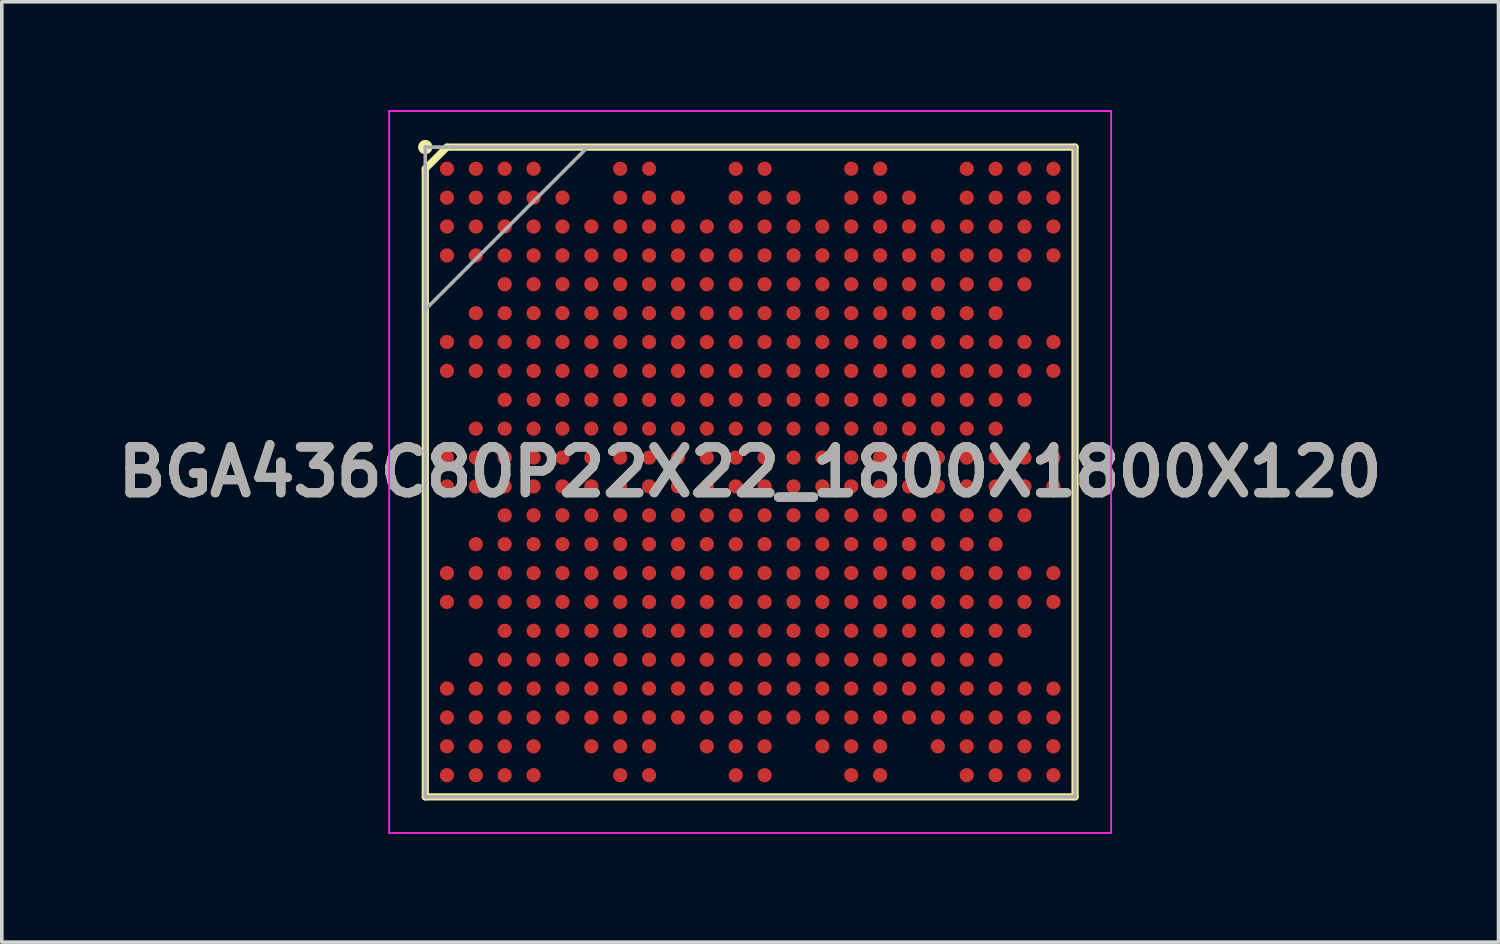
<source format=kicad_pcb>
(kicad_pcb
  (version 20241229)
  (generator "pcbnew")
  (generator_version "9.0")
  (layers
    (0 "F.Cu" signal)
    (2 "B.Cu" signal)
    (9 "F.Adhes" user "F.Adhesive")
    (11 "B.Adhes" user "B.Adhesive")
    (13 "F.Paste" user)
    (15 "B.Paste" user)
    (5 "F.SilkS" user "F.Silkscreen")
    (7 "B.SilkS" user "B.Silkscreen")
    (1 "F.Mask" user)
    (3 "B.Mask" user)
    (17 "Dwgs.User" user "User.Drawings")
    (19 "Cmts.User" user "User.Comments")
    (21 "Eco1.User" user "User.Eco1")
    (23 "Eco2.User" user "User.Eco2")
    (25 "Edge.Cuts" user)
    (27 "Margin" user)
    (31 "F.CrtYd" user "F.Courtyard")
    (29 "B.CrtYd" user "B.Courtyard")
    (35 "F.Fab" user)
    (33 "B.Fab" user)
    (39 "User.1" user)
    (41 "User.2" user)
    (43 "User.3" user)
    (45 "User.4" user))
  (footprint "BGA436C80P22X22_1800X1800X120"
    (layer "F.Cu")
    (at 17.732 10.025)
    (property "Reference" "BGA436C80P22X22_1800X1800X120" (at 0 0 0) (layer "F.SilkS") (effects (font (size 1.27 1.27) (thickness 0.254))))
    (attr smd)
    (fp_line (start -9 -8.4) (end -8.4 -9) (stroke (width 0.2) (type solid)) (layer "F.SilkS"))
    (fp_line (start -9 9) (end -9 -8.4) (stroke (width 0.2) (type solid)) (layer "F.SilkS"))
    (fp_line (start -8.4 -9) (end 9 -9) (stroke (width 0.2) (type solid)) (layer "F.SilkS"))
    (fp_line (start 9 -9) (end 9 9) (stroke (width 0.2) (type solid)) (layer "F.SilkS"))
    (fp_line (start 9 9) (end -9 9) (stroke (width 0.2) (type solid)) (layer "F.SilkS"))
    (fp_circle (center -9 -9) (end -9 -8.9) (stroke (width 0.2) (type solid)) (fill no) (layer "F.SilkS"))
    (fp_line (start -10 -10) (end 10 -10) (stroke (width 0.05) (type solid)) (layer "F.CrtYd"))
    (fp_line (start -10 10) (end -10 -10) (stroke (width 0.05) (type solid)) (layer "F.CrtYd"))
    (fp_line (start 10 -10) (end 10 10) (stroke (width 0.05) (type solid)) (layer "F.CrtYd"))
    (fp_line (start 10 10) (end -10 10) (stroke (width 0.05) (type solid)) (layer "F.CrtYd"))
    (fp_line (start -9 -9) (end 9 -9) (stroke (width 0.1) (type solid)) (layer "F.Fab"))
    (fp_line (start -9 -4.5) (end -4.5 -9) (stroke (width 0.1) (type solid)) (layer "F.Fab"))
    (fp_line (start -9 9) (end -9 -9) (stroke (width 0.1) (type solid)) (layer "F.Fab"))
    (fp_line (start 9 -9) (end 9 9) (stroke (width 0.1) (type solid)) (layer "F.Fab"))
    (fp_line (start 9 9) (end -9 9) (stroke (width 0.1) (type solid)) (layer "F.Fab"))
    (fp_text user "${REFERENCE}" (at 0 0 0) (layer "F.Fab") (effects (font (size 1.27 1.27) (thickness 0.254))))
    (pad "A1" smd circle (at -8.4 -8.4 90) (size 0.394 0.394) (layers "F.Cu" "F.Mask" "F.Paste"))
    (pad "A2" smd circle (at -7.6 -8.4 90) (size 0.394 0.394) (layers "F.Cu" "F.Mask" "F.Paste"))
    (pad "A3" smd circle (at -6.8 -8.4 90) (size 0.394 0.394) (layers "F.Cu" "F.Mask" "F.Paste"))
    (pad "A4" smd circle (at -6 -8.4 90) (size 0.394 0.394) (layers "F.Cu" "F.Mask" "F.Paste"))
    (pad "A7" smd circle (at -3.6 -8.4 90) (size 0.394 0.394) (layers "F.Cu" "F.Mask" "F.Paste"))
    (pad "A8" smd circle (at -2.8 -8.4 90) (size 0.394 0.394) (layers "F.Cu" "F.Mask" "F.Paste"))
    (pad "A11" smd circle (at -0.4 -8.4 90) (size 0.394 0.394) (layers "F.Cu" "F.Mask" "F.Paste"))
    (pad "A12" smd circle (at 0.4 -8.4 90) (size 0.394 0.394) (layers "F.Cu" "F.Mask" "F.Paste"))
    (pad "A15" smd circle (at 2.8 -8.4 90) (size 0.394 0.394) (layers "F.Cu" "F.Mask" "F.Paste"))
    (pad "A16" smd circle (at 3.6 -8.4 90) (size 0.394 0.394) (layers "F.Cu" "F.Mask" "F.Paste"))
    (pad "A19" smd circle (at 6 -8.4 90) (size 0.394 0.394) (layers "F.Cu" "F.Mask" "F.Paste"))
    (pad "A20" smd circle (at 6.8 -8.4 90) (size 0.394 0.394) (layers "F.Cu" "F.Mask" "F.Paste"))
    (pad "A21" smd circle (at 7.6 -8.4 90) (size 0.394 0.394) (layers "F.Cu" "F.Mask" "F.Paste"))
    (pad "A22" smd circle (at 8.4 -8.4 90) (size 0.394 0.394) (layers "F.Cu" "F.Mask" "F.Paste"))
    (pad "AA1" smd circle (at -8.4 7.6 90) (size 0.394 0.394) (layers "F.Cu" "F.Mask" "F.Paste"))
    (pad "AA2" smd circle (at -7.6 7.6 90) (size 0.394 0.394) (layers "F.Cu" "F.Mask" "F.Paste"))
    (pad "AA3" smd circle (at -6.8 7.6 90) (size 0.394 0.394) (layers "F.Cu" "F.Mask" "F.Paste"))
    (pad "AA4" smd circle (at -6 7.6 90) (size 0.394 0.394) (layers "F.Cu" "F.Mask" "F.Paste"))
    (pad "AA6" smd circle (at -4.4 7.6 90) (size 0.394 0.394) (layers "F.Cu" "F.Mask" "F.Paste"))
    (pad "AA7" smd circle (at -3.6 7.6 90) (size 0.394 0.394) (layers "F.Cu" "F.Mask" "F.Paste"))
    (pad "AA8" smd circle (at -2.8 7.6 90) (size 0.394 0.394) (layers "F.Cu" "F.Mask" "F.Paste"))
    (pad "AA10" smd circle (at -1.2 7.6 90) (size 0.394 0.394) (layers "F.Cu" "F.Mask" "F.Paste"))
    (pad "AA11" smd circle (at -0.4 7.6 90) (size 0.394 0.394) (layers "F.Cu" "F.Mask" "F.Paste"))
    (pad "AA12" smd circle (at 0.4 7.6 90) (size 0.394 0.394) (layers "F.Cu" "F.Mask" "F.Paste"))
    (pad "AA14" smd circle (at 2 7.6 90) (size 0.394 0.394) (layers "F.Cu" "F.Mask" "F.Paste"))
    (pad "AA15" smd circle (at 2.8 7.6 90) (size 0.394 0.394) (layers "F.Cu" "F.Mask" "F.Paste"))
    (pad "AA16" smd circle (at 3.6 7.6 90) (size 0.394 0.394) (layers "F.Cu" "F.Mask" "F.Paste"))
    (pad "AA18" smd circle (at 5.2 7.6 90) (size 0.394 0.394) (layers "F.Cu" "F.Mask" "F.Paste"))
    (pad "AA19" smd circle (at 6 7.6 90) (size 0.394 0.394) (layers "F.Cu" "F.Mask" "F.Paste"))
    (pad "AA20" smd circle (at 6.8 7.6 90) (size 0.394 0.394) (layers "F.Cu" "F.Mask" "F.Paste"))
    (pad "AA21" smd circle (at 7.6 7.6 90) (size 0.394 0.394) (layers "F.Cu" "F.Mask" "F.Paste"))
    (pad "AA22" smd circle (at 8.4 7.6 90) (size 0.394 0.394) (layers "F.Cu" "F.Mask" "F.Paste"))
    (pad "AB1" smd circle (at -8.4 8.4 90) (size 0.394 0.394) (layers "F.Cu" "F.Mask" "F.Paste"))
    (pad "AB2" smd circle (at -7.6 8.4 90) (size 0.394 0.394) (layers "F.Cu" "F.Mask" "F.Paste"))
    (pad "AB3" smd circle (at -6.8 8.4 90) (size 0.394 0.394) (layers "F.Cu" "F.Mask" "F.Paste"))
    (pad "AB4" smd circle (at -6 8.4 90) (size 0.394 0.394) (layers "F.Cu" "F.Mask" "F.Paste"))
    (pad "AB7" smd circle (at -3.6 8.4 90) (size 0.394 0.394) (layers "F.Cu" "F.Mask" "F.Paste"))
    (pad "AB8" smd circle (at -2.8 8.4 90) (size 0.394 0.394) (layers "F.Cu" "F.Mask" "F.Paste"))
    (pad "AB11" smd circle (at -0.4 8.4 90) (size 0.394 0.394) (layers "F.Cu" "F.Mask" "F.Paste"))
    (pad "AB12" smd circle (at 0.4 8.4 90) (size 0.394 0.394) (layers "F.Cu" "F.Mask" "F.Paste"))
    (pad "AB15" smd circle (at 2.8 8.4 90) (size 0.394 0.394) (layers "F.Cu" "F.Mask" "F.Paste"))
    (pad "AB16" smd circle (at 3.6 8.4 90) (size 0.394 0.394) (layers "F.Cu" "F.Mask" "F.Paste"))
    (pad "AB19" smd circle (at 6 8.4 90) (size 0.394 0.394) (layers "F.Cu" "F.Mask" "F.Paste"))
    (pad "AB20" smd circle (at 6.8 8.4 90) (size 0.394 0.394) (layers "F.Cu" "F.Mask" "F.Paste"))
    (pad "AB21" smd circle (at 7.6 8.4 90) (size 0.394 0.394) (layers "F.Cu" "F.Mask" "F.Paste"))
    (pad "AB22" smd circle (at 8.4 8.4 90) (size 0.394 0.394) (layers "F.Cu" "F.Mask" "F.Paste"))
    (pad "B1" smd circle (at -8.4 -7.6 90) (size 0.394 0.394) (layers "F.Cu" "F.Mask" "F.Paste"))
    (pad "B2" smd circle (at -7.6 -7.6 90) (size 0.394 0.394) (layers "F.Cu" "F.Mask" "F.Paste"))
    (pad "B3" smd circle (at -6.8 -7.6 90) (size 0.394 0.394) (layers "F.Cu" "F.Mask" "F.Paste"))
    (pad "B4" smd circle (at -6 -7.6 90) (size 0.394 0.394) (layers "F.Cu" "F.Mask" "F.Paste"))
    (pad "B5" smd circle (at -5.2 -7.6 90) (size 0.394 0.394) (layers "F.Cu" "F.Mask" "F.Paste"))
    (pad "B7" smd circle (at -3.6 -7.6 90) (size 0.394 0.394) (layers "F.Cu" "F.Mask" "F.Paste"))
    (pad "B8" smd circle (at -2.8 -7.6 90) (size 0.394 0.394) (layers "F.Cu" "F.Mask" "F.Paste"))
    (pad "B9" smd circle (at -2 -7.6 90) (size 0.394 0.394) (layers "F.Cu" "F.Mask" "F.Paste"))
    (pad "B11" smd circle (at -0.4 -7.6 90) (size 0.394 0.394) (layers "F.Cu" "F.Mask" "F.Paste"))
    (pad "B12" smd circle (at 0.4 -7.6 90) (size 0.394 0.394) (layers "F.Cu" "F.Mask" "F.Paste"))
    (pad "B13" smd circle (at 1.2 -7.6 90) (size 0.394 0.394) (layers "F.Cu" "F.Mask" "F.Paste"))
    (pad "B15" smd circle (at 2.8 -7.6 90) (size 0.394 0.394) (layers "F.Cu" "F.Mask" "F.Paste"))
    (pad "B16" smd circle (at 3.6 -7.6 90) (size 0.394 0.394) (layers "F.Cu" "F.Mask" "F.Paste"))
    (pad "B17" smd circle (at 4.4 -7.6 90) (size 0.394 0.394) (layers "F.Cu" "F.Mask" "F.Paste"))
    (pad "B19" smd circle (at 6 -7.6 90) (size 0.394 0.394) (layers "F.Cu" "F.Mask" "F.Paste"))
    (pad "B20" smd circle (at 6.8 -7.6 90) (size 0.394 0.394) (layers "F.Cu" "F.Mask" "F.Paste"))
    (pad "B21" smd circle (at 7.6 -7.6 90) (size 0.394 0.394) (layers "F.Cu" "F.Mask" "F.Paste"))
    (pad "B22" smd circle (at 8.4 -7.6 90) (size 0.394 0.394) (layers "F.Cu" "F.Mask" "F.Paste"))
    (pad "C1" smd circle (at -8.4 -6.8 90) (size 0.394 0.394) (layers "F.Cu" "F.Mask" "F.Paste"))
    (pad "C2" smd circle (at -7.6 -6.8 90) (size 0.394 0.394) (layers "F.Cu" "F.Mask" "F.Paste"))
    (pad "C3" smd circle (at -6.8 -6.8 90) (size 0.394 0.394) (layers "F.Cu" "F.Mask" "F.Paste"))
    (pad "C4" smd circle (at -6 -6.8 90) (size 0.394 0.394) (layers "F.Cu" "F.Mask" "F.Paste"))
    (pad "C5" smd circle (at -5.2 -6.8 90) (size 0.394 0.394) (layers "F.Cu" "F.Mask" "F.Paste"))
    (pad "C6" smd circle (at -4.4 -6.8 90) (size 0.394 0.394) (layers "F.Cu" "F.Mask" "F.Paste"))
    (pad "C7" smd circle (at -3.6 -6.8 90) (size 0.394 0.394) (layers "F.Cu" "F.Mask" "F.Paste"))
    (pad "C8" smd circle (at -2.8 -6.8 90) (size 0.394 0.394) (layers "F.Cu" "F.Mask" "F.Paste"))
    (pad "C9" smd circle (at -2 -6.8 90) (size 0.394 0.394) (layers "F.Cu" "F.Mask" "F.Paste"))
    (pad "C10" smd circle (at -1.2 -6.8 90) (size 0.394 0.394) (layers "F.Cu" "F.Mask" "F.Paste"))
    (pad "C11" smd circle (at -0.4 -6.8 90) (size 0.394 0.394) (layers "F.Cu" "F.Mask" "F.Paste"))
    (pad "C12" smd circle (at 0.4 -6.8 90) (size 0.394 0.394) (layers "F.Cu" "F.Mask" "F.Paste"))
    (pad "C13" smd circle (at 1.2 -6.8 90) (size 0.394 0.394) (layers "F.Cu" "F.Mask" "F.Paste"))
    (pad "C14" smd circle (at 2 -6.8 90) (size 0.394 0.394) (layers "F.Cu" "F.Mask" "F.Paste"))
    (pad "C15" smd circle (at 2.8 -6.8 90) (size 0.394 0.394) (layers "F.Cu" "F.Mask" "F.Paste"))
    (pad "C16" smd circle (at 3.6 -6.8 90) (size 0.394 0.394) (layers "F.Cu" "F.Mask" "F.Paste"))
    (pad "C17" smd circle (at 4.4 -6.8 90) (size 0.394 0.394) (layers "F.Cu" "F.Mask" "F.Paste"))
    (pad "C18" smd circle (at 5.2 -6.8 90) (size 0.394 0.394) (layers "F.Cu" "F.Mask" "F.Paste"))
    (pad "C19" smd circle (at 6 -6.8 90) (size 0.394 0.394) (layers "F.Cu" "F.Mask" "F.Paste"))
    (pad "C20" smd circle (at 6.8 -6.8 90) (size 0.394 0.394) (layers "F.Cu" "F.Mask" "F.Paste"))
    (pad "C21" smd circle (at 7.6 -6.8 90) (size 0.394 0.394) (layers "F.Cu" "F.Mask" "F.Paste"))
    (pad "C22" smd circle (at 8.4 -6.8 90) (size 0.394 0.394) (layers "F.Cu" "F.Mask" "F.Paste"))
    (pad "D1" smd circle (at -8.4 -6 90) (size 0.394 0.394) (layers "F.Cu" "F.Mask" "F.Paste"))
    (pad "D2" smd circle (at -7.6 -6 90) (size 0.394 0.394) (layers "F.Cu" "F.Mask" "F.Paste"))
    (pad "D3" smd circle (at -6.8 -6 90) (size 0.394 0.394) (layers "F.Cu" "F.Mask" "F.Paste"))
    (pad "D4" smd circle (at -6 -6 90) (size 0.394 0.394) (layers "F.Cu" "F.Mask" "F.Paste"))
    (pad "D5" smd circle (at -5.2 -6 90) (size 0.394 0.394) (layers "F.Cu" "F.Mask" "F.Paste"))
    (pad "D6" smd circle (at -4.4 -6 90) (size 0.394 0.394) (layers "F.Cu" "F.Mask" "F.Paste"))
    (pad "D7" smd circle (at -3.6 -6 90) (size 0.394 0.394) (layers "F.Cu" "F.Mask" "F.Paste"))
    (pad "D8" smd circle (at -2.8 -6 90) (size 0.394 0.394) (layers "F.Cu" "F.Mask" "F.Paste"))
    (pad "D9" smd circle (at -2 -6 90) (size 0.394 0.394) (layers "F.Cu" "F.Mask" "F.Paste"))
    (pad "D10" smd circle (at -1.2 -6 90) (size 0.394 0.394) (layers "F.Cu" "F.Mask" "F.Paste"))
    (pad "D11" smd circle (at -0.4 -6 90) (size 0.394 0.394) (layers "F.Cu" "F.Mask" "F.Paste"))
    (pad "D12" smd circle (at 0.4 -6 90) (size 0.394 0.394) (layers "F.Cu" "F.Mask" "F.Paste"))
    (pad "D13" smd circle (at 1.2 -6 90) (size 0.394 0.394) (layers "F.Cu" "F.Mask" "F.Paste"))
    (pad "D14" smd circle (at 2 -6 90) (size 0.394 0.394) (layers "F.Cu" "F.Mask" "F.Paste"))
    (pad "D15" smd circle (at 2.8 -6 90) (size 0.394 0.394) (layers "F.Cu" "F.Mask" "F.Paste"))
    (pad "D16" smd circle (at 3.6 -6 90) (size 0.394 0.394) (layers "F.Cu" "F.Mask" "F.Paste"))
    (pad "D17" smd circle (at 4.4 -6 90) (size 0.394 0.394) (layers "F.Cu" "F.Mask" "F.Paste"))
    (pad "D18" smd circle (at 5.2 -6 90) (size 0.394 0.394) (layers "F.Cu" "F.Mask" "F.Paste"))
    (pad "D19" smd circle (at 6 -6 90) (size 0.394 0.394) (layers "F.Cu" "F.Mask" "F.Paste"))
    (pad "D20" smd circle (at 6.8 -6 90) (size 0.394 0.394) (layers "F.Cu" "F.Mask" "F.Paste"))
    (pad "D21" smd circle (at 7.6 -6 90) (size 0.394 0.394) (layers "F.Cu" "F.Mask" "F.Paste"))
    (pad "D22" smd circle (at 8.4 -6 90) (size 0.394 0.394) (layers "F.Cu" "F.Mask" "F.Paste"))
    (pad "E3" smd circle (at -6.8 -5.2 90) (size 0.394 0.394) (layers "F.Cu" "F.Mask" "F.Paste"))
    (pad "E4" smd circle (at -6 -5.2 90) (size 0.394 0.394) (layers "F.Cu" "F.Mask" "F.Paste"))
    (pad "E5" smd circle (at -5.2 -5.2 90) (size 0.394 0.394) (layers "F.Cu" "F.Mask" "F.Paste"))
    (pad "E6" smd circle (at -4.4 -5.2 90) (size 0.394 0.394) (layers "F.Cu" "F.Mask" "F.Paste"))
    (pad "E7" smd circle (at -3.6 -5.2 90) (size 0.394 0.394) (layers "F.Cu" "F.Mask" "F.Paste"))
    (pad "E8" smd circle (at -2.8 -5.2 90) (size 0.394 0.394) (layers "F.Cu" "F.Mask" "F.Paste"))
    (pad "E9" smd circle (at -2 -5.2 90) (size 0.394 0.394) (layers "F.Cu" "F.Mask" "F.Paste"))
    (pad "E10" smd circle (at -1.2 -5.2 90) (size 0.394 0.394) (layers "F.Cu" "F.Mask" "F.Paste"))
    (pad "E11" smd circle (at -0.4 -5.2 90) (size 0.394 0.394) (layers "F.Cu" "F.Mask" "F.Paste"))
    (pad "E12" smd circle (at 0.4 -5.2 90) (size 0.394 0.394) (layers "F.Cu" "F.Mask" "F.Paste"))
    (pad "E13" smd circle (at 1.2 -5.2 90) (size 0.394 0.394) (layers "F.Cu" "F.Mask" "F.Paste"))
    (pad "E14" smd circle (at 2 -5.2 90) (size 0.394 0.394) (layers "F.Cu" "F.Mask" "F.Paste"))
    (pad "E15" smd circle (at 2.8 -5.2 90) (size 0.394 0.394) (layers "F.Cu" "F.Mask" "F.Paste"))
    (pad "E16" smd circle (at 3.6 -5.2 90) (size 0.394 0.394) (layers "F.Cu" "F.Mask" "F.Paste"))
    (pad "E17" smd circle (at 4.4 -5.2 90) (size 0.394 0.394) (layers "F.Cu" "F.Mask" "F.Paste"))
    (pad "E18" smd circle (at 5.2 -5.2 90) (size 0.394 0.394) (layers "F.Cu" "F.Mask" "F.Paste"))
    (pad "E19" smd circle (at 6 -5.2 90) (size 0.394 0.394) (layers "F.Cu" "F.Mask" "F.Paste"))
    (pad "E20" smd circle (at 6.8 -5.2 90) (size 0.394 0.394) (layers "F.Cu" "F.Mask" "F.Paste"))
    (pad "E21" smd circle (at 7.6 -5.2 90) (size 0.394 0.394) (layers "F.Cu" "F.Mask" "F.Paste"))
    (pad "F2" smd circle (at -7.6 -4.4 90) (size 0.394 0.394) (layers "F.Cu" "F.Mask" "F.Paste"))
    (pad "F3" smd circle (at -6.8 -4.4 90) (size 0.394 0.394) (layers "F.Cu" "F.Mask" "F.Paste"))
    (pad "F4" smd circle (at -6 -4.4 90) (size 0.394 0.394) (layers "F.Cu" "F.Mask" "F.Paste"))
    (pad "F5" smd circle (at -5.2 -4.4 90) (size 0.394 0.394) (layers "F.Cu" "F.Mask" "F.Paste"))
    (pad "F6" smd circle (at -4.4 -4.4 90) (size 0.394 0.394) (layers "F.Cu" "F.Mask" "F.Paste"))
    (pad "F7" smd circle (at -3.6 -4.4 90) (size 0.394 0.394) (layers "F.Cu" "F.Mask" "F.Paste"))
    (pad "F8" smd circle (at -2.8 -4.4 90) (size 0.394 0.394) (layers "F.Cu" "F.Mask" "F.Paste"))
    (pad "F9" smd circle (at -2 -4.4 90) (size 0.394 0.394) (layers "F.Cu" "F.Mask" "F.Paste"))
    (pad "F10" smd circle (at -1.2 -4.4 90) (size 0.394 0.394) (layers "F.Cu" "F.Mask" "F.Paste"))
    (pad "F11" smd circle (at -0.4 -4.4 90) (size 0.394 0.394) (layers "F.Cu" "F.Mask" "F.Paste"))
    (pad "F12" smd circle (at 0.4 -4.4 90) (size 0.394 0.394) (layers "F.Cu" "F.Mask" "F.Paste"))
    (pad "F13" smd circle (at 1.2 -4.4 90) (size 0.394 0.394) (layers "F.Cu" "F.Mask" "F.Paste"))
    (pad "F14" smd circle (at 2 -4.4 90) (size 0.394 0.394) (layers "F.Cu" "F.Mask" "F.Paste"))
    (pad "F15" smd circle (at 2.8 -4.4 90) (size 0.394 0.394) (layers "F.Cu" "F.Mask" "F.Paste"))
    (pad "F16" smd circle (at 3.6 -4.4 90) (size 0.394 0.394) (layers "F.Cu" "F.Mask" "F.Paste"))
    (pad "F17" smd circle (at 4.4 -4.4 90) (size 0.394 0.394) (layers "F.Cu" "F.Mask" "F.Paste"))
    (pad "F18" smd circle (at 5.2 -4.4 90) (size 0.394 0.394) (layers "F.Cu" "F.Mask" "F.Paste"))
    (pad "F19" smd circle (at 6 -4.4 90) (size 0.394 0.394) (layers "F.Cu" "F.Mask" "F.Paste"))
    (pad "F20" smd circle (at 6.8 -4.4 90) (size 0.394 0.394) (layers "F.Cu" "F.Mask" "F.Paste"))
    (pad "G1" smd circle (at -8.4 -3.6 90) (size 0.394 0.394) (layers "F.Cu" "F.Mask" "F.Paste"))
    (pad "G2" smd circle (at -7.6 -3.6 90) (size 0.394 0.394) (layers "F.Cu" "F.Mask" "F.Paste"))
    (pad "G3" smd circle (at -6.8 -3.6 90) (size 0.394 0.394) (layers "F.Cu" "F.Mask" "F.Paste"))
    (pad "G4" smd circle (at -6 -3.6 90) (size 0.394 0.394) (layers "F.Cu" "F.Mask" "F.Paste"))
    (pad "G5" smd circle (at -5.2 -3.6 90) (size 0.394 0.394) (layers "F.Cu" "F.Mask" "F.Paste"))
    (pad "G6" smd circle (at -4.4 -3.6 90) (size 0.394 0.394) (layers "F.Cu" "F.Mask" "F.Paste"))
    (pad "G7" smd circle (at -3.6 -3.6 90) (size 0.394 0.394) (layers "F.Cu" "F.Mask" "F.Paste"))
    (pad "G8" smd circle (at -2.8 -3.6 90) (size 0.394 0.394) (layers "F.Cu" "F.Mask" "F.Paste"))
    (pad "G9" smd circle (at -2 -3.6 90) (size 0.394 0.394) (layers "F.Cu" "F.Mask" "F.Paste"))
    (pad "G10" smd circle (at -1.2 -3.6 90) (size 0.394 0.394) (layers "F.Cu" "F.Mask" "F.Paste"))
    (pad "G11" smd circle (at -0.4 -3.6 90) (size 0.394 0.394) (layers "F.Cu" "F.Mask" "F.Paste"))
    (pad "G12" smd circle (at 0.4 -3.6 90) (size 0.394 0.394) (layers "F.Cu" "F.Mask" "F.Paste"))
    (pad "G13" smd circle (at 1.2 -3.6 90) (size 0.394 0.394) (layers "F.Cu" "F.Mask" "F.Paste"))
    (pad "G14" smd circle (at 2 -3.6 90) (size 0.394 0.394) (layers "F.Cu" "F.Mask" "F.Paste"))
    (pad "G15" smd circle (at 2.8 -3.6 90) (size 0.394 0.394) (layers "F.Cu" "F.Mask" "F.Paste"))
    (pad "G16" smd circle (at 3.6 -3.6 90) (size 0.394 0.394) (layers "F.Cu" "F.Mask" "F.Paste"))
    (pad "G17" smd circle (at 4.4 -3.6 90) (size 0.394 0.394) (layers "F.Cu" "F.Mask" "F.Paste"))
    (pad "G18" smd circle (at 5.2 -3.6 90) (size 0.394 0.394) (layers "F.Cu" "F.Mask" "F.Paste"))
    (pad "G19" smd circle (at 6 -3.6 90) (size 0.394 0.394) (layers "F.Cu" "F.Mask" "F.Paste"))
    (pad "G20" smd circle (at 6.8 -3.6 90) (size 0.394 0.394) (layers "F.Cu" "F.Mask" "F.Paste"))
    (pad "G21" smd circle (at 7.6 -3.6 90) (size 0.394 0.394) (layers "F.Cu" "F.Mask" "F.Paste"))
    (pad "G22" smd circle (at 8.4 -3.6 90) (size 0.394 0.394) (layers "F.Cu" "F.Mask" "F.Paste"))
    (pad "H1" smd circle (at -8.4 -2.8 90) (size 0.394 0.394) (layers "F.Cu" "F.Mask" "F.Paste"))
    (pad "H2" smd circle (at -7.6 -2.8 90) (size 0.394 0.394) (layers "F.Cu" "F.Mask" "F.Paste"))
    (pad "H3" smd circle (at -6.8 -2.8 90) (size 0.394 0.394) (layers "F.Cu" "F.Mask" "F.Paste"))
    (pad "H4" smd circle (at -6 -2.8 90) (size 0.394 0.394) (layers "F.Cu" "F.Mask" "F.Paste"))
    (pad "H5" smd circle (at -5.2 -2.8 90) (size 0.394 0.394) (layers "F.Cu" "F.Mask" "F.Paste"))
    (pad "H6" smd circle (at -4.4 -2.8 90) (size 0.394 0.394) (layers "F.Cu" "F.Mask" "F.Paste"))
    (pad "H7" smd circle (at -3.6 -2.8 90) (size 0.394 0.394) (layers "F.Cu" "F.Mask" "F.Paste"))
    (pad "H8" smd circle (at -2.8 -2.8 90) (size 0.394 0.394) (layers "F.Cu" "F.Mask" "F.Paste"))
    (pad "H9" smd circle (at -2 -2.8 90) (size 0.394 0.394) (layers "F.Cu" "F.Mask" "F.Paste"))
    (pad "H10" smd circle (at -1.2 -2.8 90) (size 0.394 0.394) (layers "F.Cu" "F.Mask" "F.Paste"))
    (pad "H11" smd circle (at -0.4 -2.8 90) (size 0.394 0.394) (layers "F.Cu" "F.Mask" "F.Paste"))
    (pad "H12" smd circle (at 0.4 -2.8 90) (size 0.394 0.394) (layers "F.Cu" "F.Mask" "F.Paste"))
    (pad "H13" smd circle (at 1.2 -2.8 90) (size 0.394 0.394) (layers "F.Cu" "F.Mask" "F.Paste"))
    (pad "H14" smd circle (at 2 -2.8 90) (size 0.394 0.394) (layers "F.Cu" "F.Mask" "F.Paste"))
    (pad "H15" smd circle (at 2.8 -2.8 90) (size 0.394 0.394) (layers "F.Cu" "F.Mask" "F.Paste"))
    (pad "H16" smd circle (at 3.6 -2.8 90) (size 0.394 0.394) (layers "F.Cu" "F.Mask" "F.Paste"))
    (pad "H17" smd circle (at 4.4 -2.8 90) (size 0.394 0.394) (layers "F.Cu" "F.Mask" "F.Paste"))
    (pad "H18" smd circle (at 5.2 -2.8 90) (size 0.394 0.394) (layers "F.Cu" "F.Mask" "F.Paste"))
    (pad "H19" smd circle (at 6 -2.8 90) (size 0.394 0.394) (layers "F.Cu" "F.Mask" "F.Paste"))
    (pad "H20" smd circle (at 6.8 -2.8 90) (size 0.394 0.394) (layers "F.Cu" "F.Mask" "F.Paste"))
    (pad "H21" smd circle (at 7.6 -2.8 90) (size 0.394 0.394) (layers "F.Cu" "F.Mask" "F.Paste"))
    (pad "H22" smd circle (at 8.4 -2.8 90) (size 0.394 0.394) (layers "F.Cu" "F.Mask" "F.Paste"))
    (pad "J3" smd circle (at -6.8 -2 90) (size 0.394 0.394) (layers "F.Cu" "F.Mask" "F.Paste"))
    (pad "J4" smd circle (at -6 -2 90) (size 0.394 0.394) (layers "F.Cu" "F.Mask" "F.Paste"))
    (pad "J5" smd circle (at -5.2 -2 90) (size 0.394 0.394) (layers "F.Cu" "F.Mask" "F.Paste"))
    (pad "J6" smd circle (at -4.4 -2 90) (size 0.394 0.394) (layers "F.Cu" "F.Mask" "F.Paste"))
    (pad "J7" smd circle (at -3.6 -2 90) (size 0.394 0.394) (layers "F.Cu" "F.Mask" "F.Paste"))
    (pad "J8" smd circle (at -2.8 -2 90) (size 0.394 0.394) (layers "F.Cu" "F.Mask" "F.Paste"))
    (pad "J9" smd circle (at -2 -2 90) (size 0.394 0.394) (layers "F.Cu" "F.Mask" "F.Paste"))
    (pad "J10" smd circle (at -1.2 -2 90) (size 0.394 0.394) (layers "F.Cu" "F.Mask" "F.Paste"))
    (pad "J11" smd circle (at -0.4 -2 90) (size 0.394 0.394) (layers "F.Cu" "F.Mask" "F.Paste"))
    (pad "J12" smd circle (at 0.4 -2 90) (size 0.394 0.394) (layers "F.Cu" "F.Mask" "F.Paste"))
    (pad "J13" smd circle (at 1.2 -2 90) (size 0.394 0.394) (layers "F.Cu" "F.Mask" "F.Paste"))
    (pad "J14" smd circle (at 2 -2 90) (size 0.394 0.394) (layers "F.Cu" "F.Mask" "F.Paste"))
    (pad "J15" smd circle (at 2.8 -2 90) (size 0.394 0.394) (layers "F.Cu" "F.Mask" "F.Paste"))
    (pad "J16" smd circle (at 3.6 -2 90) (size 0.394 0.394) (layers "F.Cu" "F.Mask" "F.Paste"))
    (pad "J17" smd circle (at 4.4 -2 90) (size 0.394 0.394) (layers "F.Cu" "F.Mask" "F.Paste"))
    (pad "J18" smd circle (at 5.2 -2 90) (size 0.394 0.394) (layers "F.Cu" "F.Mask" "F.Paste"))
    (pad "J19" smd circle (at 6 -2 90) (size 0.394 0.394) (layers "F.Cu" "F.Mask" "F.Paste"))
    (pad "J20" smd circle (at 6.8 -2 90) (size 0.394 0.394) (layers "F.Cu" "F.Mask" "F.Paste"))
    (pad "J21" smd circle (at 7.6 -2 90) (size 0.394 0.394) (layers "F.Cu" "F.Mask" "F.Paste"))
    (pad "K2" smd circle (at -7.6 -1.2 90) (size 0.394 0.394) (layers "F.Cu" "F.Mask" "F.Paste"))
    (pad "K3" smd circle (at -6.8 -1.2 90) (size 0.394 0.394) (layers "F.Cu" "F.Mask" "F.Paste"))
    (pad "K4" smd circle (at -6 -1.2 90) (size 0.394 0.394) (layers "F.Cu" "F.Mask" "F.Paste"))
    (pad "K5" smd circle (at -5.2 -1.2 90) (size 0.394 0.394) (layers "F.Cu" "F.Mask" "F.Paste"))
    (pad "K6" smd circle (at -4.4 -1.2 90) (size 0.394 0.394) (layers "F.Cu" "F.Mask" "F.Paste"))
    (pad "K7" smd circle (at -3.6 -1.2 90) (size 0.394 0.394) (layers "F.Cu" "F.Mask" "F.Paste"))
    (pad "K8" smd circle (at -2.8 -1.2 90) (size 0.394 0.394) (layers "F.Cu" "F.Mask" "F.Paste"))
    (pad "K9" smd circle (at -2 -1.2 90) (size 0.394 0.394) (layers "F.Cu" "F.Mask" "F.Paste"))
    (pad "K10" smd circle (at -1.2 -1.2 90) (size 0.394 0.394) (layers "F.Cu" "F.Mask" "F.Paste"))
    (pad "K11" smd circle (at -0.4 -1.2 90) (size 0.394 0.394) (layers "F.Cu" "F.Mask" "F.Paste"))
    (pad "K12" smd circle (at 0.4 -1.2 90) (size 0.394 0.394) (layers "F.Cu" "F.Mask" "F.Paste"))
    (pad "K13" smd circle (at 1.2 -1.2 90) (size 0.394 0.394) (layers "F.Cu" "F.Mask" "F.Paste"))
    (pad "K14" smd circle (at 2 -1.2 90) (size 0.394 0.394) (layers "F.Cu" "F.Mask" "F.Paste"))
    (pad "K15" smd circle (at 2.8 -1.2 90) (size 0.394 0.394) (layers "F.Cu" "F.Mask" "F.Paste"))
    (pad "K16" smd circle (at 3.6 -1.2 90) (size 0.394 0.394) (layers "F.Cu" "F.Mask" "F.Paste"))
    (pad "K17" smd circle (at 4.4 -1.2 90) (size 0.394 0.394) (layers "F.Cu" "F.Mask" "F.Paste"))
    (pad "K18" smd circle (at 5.2 -1.2 90) (size 0.394 0.394) (layers "F.Cu" "F.Mask" "F.Paste"))
    (pad "K19" smd circle (at 6 -1.2 90) (size 0.394 0.394) (layers "F.Cu" "F.Mask" "F.Paste"))
    (pad "K20" smd circle (at 6.8 -1.2 90) (size 0.394 0.394) (layers "F.Cu" "F.Mask" "F.Paste"))
    (pad "L1" smd circle (at -8.4 -0.4 90) (size 0.394 0.394) (layers "F.Cu" "F.Mask" "F.Paste"))
    (pad "L2" smd circle (at -7.6 -0.4 90) (size 0.394 0.394) (layers "F.Cu" "F.Mask" "F.Paste"))
    (pad "L3" smd circle (at -6.8 -0.4 90) (size 0.394 0.394) (layers "F.Cu" "F.Mask" "F.Paste"))
    (pad "L4" smd circle (at -6 -0.4 90) (size 0.394 0.394) (layers "F.Cu" "F.Mask" "F.Paste"))
    (pad "L5" smd circle (at -5.2 -0.4 90) (size 0.394 0.394) (layers "F.Cu" "F.Mask" "F.Paste"))
    (pad "L6" smd circle (at -4.4 -0.4 90) (size 0.394 0.394) (layers "F.Cu" "F.Mask" "F.Paste"))
    (pad "L7" smd circle (at -3.6 -0.4 90) (size 0.394 0.394) (layers "F.Cu" "F.Mask" "F.Paste"))
    (pad "L8" smd circle (at -2.8 -0.4 90) (size 0.394 0.394) (layers "F.Cu" "F.Mask" "F.Paste"))
    (pad "L9" smd circle (at -2 -0.4 90) (size 0.394 0.394) (layers "F.Cu" "F.Mask" "F.Paste"))
    (pad "L10" smd circle (at -1.2 -0.4 90) (size 0.394 0.394) (layers "F.Cu" "F.Mask" "F.Paste"))
    (pad "L11" smd circle (at -0.4 -0.4 90) (size 0.394 0.394) (layers "F.Cu" "F.Mask" "F.Paste"))
    (pad "L12" smd circle (at 0.4 -0.4 90) (size 0.394 0.394) (layers "F.Cu" "F.Mask" "F.Paste"))
    (pad "L13" smd circle (at 1.2 -0.4 90) (size 0.394 0.394) (layers "F.Cu" "F.Mask" "F.Paste"))
    (pad "L14" smd circle (at 2 -0.4 90) (size 0.394 0.394) (layers "F.Cu" "F.Mask" "F.Paste"))
    (pad "L15" smd circle (at 2.8 -0.4 90) (size 0.394 0.394) (layers "F.Cu" "F.Mask" "F.Paste"))
    (pad "L16" smd circle (at 3.6 -0.4 90) (size 0.394 0.394) (layers "F.Cu" "F.Mask" "F.Paste"))
    (pad "L17" smd circle (at 4.4 -0.4 90) (size 0.394 0.394) (layers "F.Cu" "F.Mask" "F.Paste"))
    (pad "L18" smd circle (at 5.2 -0.4 90) (size 0.394 0.394) (layers "F.Cu" "F.Mask" "F.Paste"))
    (pad "L19" smd circle (at 6 -0.4 90) (size 0.394 0.394) (layers "F.Cu" "F.Mask" "F.Paste"))
    (pad "L20" smd circle (at 6.8 -0.4 90) (size 0.394 0.394) (layers "F.Cu" "F.Mask" "F.Paste"))
    (pad "L21" smd circle (at 7.6 -0.4 90) (size 0.394 0.394) (layers "F.Cu" "F.Mask" "F.Paste"))
    (pad "L22" smd circle (at 8.4 -0.4 90) (size 0.394 0.394) (layers "F.Cu" "F.Mask" "F.Paste"))
    (pad "M1" smd circle (at -8.4 0.4 90) (size 0.394 0.394) (layers "F.Cu" "F.Mask" "F.Paste"))
    (pad "M2" smd circle (at -7.6 0.4 90) (size 0.394 0.394) (layers "F.Cu" "F.Mask" "F.Paste"))
    (pad "M3" smd circle (at -6.8 0.4 90) (size 0.394 0.394) (layers "F.Cu" "F.Mask" "F.Paste"))
    (pad "M4" smd circle (at -6 0.4 90) (size 0.394 0.394) (layers "F.Cu" "F.Mask" "F.Paste"))
    (pad "M5" smd circle (at -5.2 0.4 90) (size 0.394 0.394) (layers "F.Cu" "F.Mask" "F.Paste"))
    (pad "M6" smd circle (at -4.4 0.4 90) (size 0.394 0.394) (layers "F.Cu" "F.Mask" "F.Paste"))
    (pad "M7" smd circle (at -3.6 0.4 90) (size 0.394 0.394) (layers "F.Cu" "F.Mask" "F.Paste"))
    (pad "M8" smd circle (at -2.8 0.4 90) (size 0.394 0.394) (layers "F.Cu" "F.Mask" "F.Paste"))
    (pad "M9" smd circle (at -2 0.4 90) (size 0.394 0.394) (layers "F.Cu" "F.Mask" "F.Paste"))
    (pad "M10" smd circle (at -1.2 0.4 90) (size 0.394 0.394) (layers "F.Cu" "F.Mask" "F.Paste"))
    (pad "M11" smd circle (at -0.4 0.4 90) (size 0.394 0.394) (layers "F.Cu" "F.Mask" "F.Paste"))
    (pad "M12" smd circle (at 0.4 0.4 90) (size 0.394 0.394) (layers "F.Cu" "F.Mask" "F.Paste"))
    (pad "M13" smd circle (at 1.2 0.4 90) (size 0.394 0.394) (layers "F.Cu" "F.Mask" "F.Paste"))
    (pad "M14" smd circle (at 2 0.4 90) (size 0.394 0.394) (layers "F.Cu" "F.Mask" "F.Paste"))
    (pad "M15" smd circle (at 2.8 0.4 90) (size 0.394 0.394) (layers "F.Cu" "F.Mask" "F.Paste"))
    (pad "M16" smd circle (at 3.6 0.4 90) (size 0.394 0.394) (layers "F.Cu" "F.Mask" "F.Paste"))
    (pad "M17" smd circle (at 4.4 0.4 90) (size 0.394 0.394) (layers "F.Cu" "F.Mask" "F.Paste"))
    (pad "M18" smd circle (at 5.2 0.4 90) (size 0.394 0.394) (layers "F.Cu" "F.Mask" "F.Paste"))
    (pad "M19" smd circle (at 6 0.4 90) (size 0.394 0.394) (layers "F.Cu" "F.Mask" "F.Paste"))
    (pad "M20" smd circle (at 6.8 0.4 90) (size 0.394 0.394) (layers "F.Cu" "F.Mask" "F.Paste"))
    (pad "M21" smd circle (at 7.6 0.4 90) (size 0.394 0.394) (layers "F.Cu" "F.Mask" "F.Paste"))
    (pad "M22" smd circle (at 8.4 0.4 90) (size 0.394 0.394) (layers "F.Cu" "F.Mask" "F.Paste"))
    (pad "N3" smd circle (at -6.8 1.2 90) (size 0.394 0.394) (layers "F.Cu" "F.Mask" "F.Paste"))
    (pad "N4" smd circle (at -6 1.2 90) (size 0.394 0.394) (layers "F.Cu" "F.Mask" "F.Paste"))
    (pad "N5" smd circle (at -5.2 1.2 90) (size 0.394 0.394) (layers "F.Cu" "F.Mask" "F.Paste"))
    (pad "N6" smd circle (at -4.4 1.2 90) (size 0.394 0.394) (layers "F.Cu" "F.Mask" "F.Paste"))
    (pad "N7" smd circle (at -3.6 1.2 90) (size 0.394 0.394) (layers "F.Cu" "F.Mask" "F.Paste"))
    (pad "N8" smd circle (at -2.8 1.2 90) (size 0.394 0.394) (layers "F.Cu" "F.Mask" "F.Paste"))
    (pad "N9" smd circle (at -2 1.2 90) (size 0.394 0.394) (layers "F.Cu" "F.Mask" "F.Paste"))
    (pad "N10" smd circle (at -1.2 1.2 90) (size 0.394 0.394) (layers "F.Cu" "F.Mask" "F.Paste"))
    (pad "N11" smd circle (at -0.4 1.2 90) (size 0.394 0.394) (layers "F.Cu" "F.Mask" "F.Paste"))
    (pad "N12" smd circle (at 0.4 1.2 90) (size 0.394 0.394) (layers "F.Cu" "F.Mask" "F.Paste"))
    (pad "N13" smd circle (at 1.2 1.2 90) (size 0.394 0.394) (layers "F.Cu" "F.Mask" "F.Paste"))
    (pad "N14" smd circle (at 2 1.2 90) (size 0.394 0.394) (layers "F.Cu" "F.Mask" "F.Paste"))
    (pad "N15" smd circle (at 2.8 1.2 90) (size 0.394 0.394) (layers "F.Cu" "F.Mask" "F.Paste"))
    (pad "N16" smd circle (at 3.6 1.2 90) (size 0.394 0.394) (layers "F.Cu" "F.Mask" "F.Paste"))
    (pad "N17" smd circle (at 4.4 1.2 90) (size 0.394 0.394) (layers "F.Cu" "F.Mask" "F.Paste"))
    (pad "N18" smd circle (at 5.2 1.2 90) (size 0.394 0.394) (layers "F.Cu" "F.Mask" "F.Paste"))
    (pad "N19" smd circle (at 6 1.2 90) (size 0.394 0.394) (layers "F.Cu" "F.Mask" "F.Paste"))
    (pad "N20" smd circle (at 6.8 1.2 90) (size 0.394 0.394) (layers "F.Cu" "F.Mask" "F.Paste"))
    (pad "N21" smd circle (at 7.6 1.2 90) (size 0.394 0.394) (layers "F.Cu" "F.Mask" "F.Paste"))
    (pad "P2" smd circle (at -7.6 2 90) (size 0.394 0.394) (layers "F.Cu" "F.Mask" "F.Paste"))
    (pad "P3" smd circle (at -6.8 2 90) (size 0.394 0.394) (layers "F.Cu" "F.Mask" "F.Paste"))
    (pad "P4" smd circle (at -6 2 90) (size 0.394 0.394) (layers "F.Cu" "F.Mask" "F.Paste"))
    (pad "P5" smd circle (at -5.2 2 90) (size 0.394 0.394) (layers "F.Cu" "F.Mask" "F.Paste"))
    (pad "P6" smd circle (at -4.4 2 90) (size 0.394 0.394) (layers "F.Cu" "F.Mask" "F.Paste"))
    (pad "P7" smd circle (at -3.6 2 90) (size 0.394 0.394) (layers "F.Cu" "F.Mask" "F.Paste"))
    (pad "P8" smd circle (at -2.8 2 90) (size 0.394 0.394) (layers "F.Cu" "F.Mask" "F.Paste"))
    (pad "P9" smd circle (at -2 2 90) (size 0.394 0.394) (layers "F.Cu" "F.Mask" "F.Paste"))
    (pad "P10" smd circle (at -1.2 2 90) (size 0.394 0.394) (layers "F.Cu" "F.Mask" "F.Paste"))
    (pad "P11" smd circle (at -0.4 2 90) (size 0.394 0.394) (layers "F.Cu" "F.Mask" "F.Paste"))
    (pad "P12" smd circle (at 0.4 2 90) (size 0.394 0.394) (layers "F.Cu" "F.Mask" "F.Paste"))
    (pad "P13" smd circle (at 1.2 2 90) (size 0.394 0.394) (layers "F.Cu" "F.Mask" "F.Paste"))
    (pad "P14" smd circle (at 2 2 90) (size 0.394 0.394) (layers "F.Cu" "F.Mask" "F.Paste"))
    (pad "P15" smd circle (at 2.8 2 90) (size 0.394 0.394) (layers "F.Cu" "F.Mask" "F.Paste"))
    (pad "P16" smd circle (at 3.6 2 90) (size 0.394 0.394) (layers "F.Cu" "F.Mask" "F.Paste"))
    (pad "P17" smd circle (at 4.4 2 90) (size 0.394 0.394) (layers "F.Cu" "F.Mask" "F.Paste"))
    (pad "P18" smd circle (at 5.2 2 90) (size 0.394 0.394) (layers "F.Cu" "F.Mask" "F.Paste"))
    (pad "P19" smd circle (at 6 2 90) (size 0.394 0.394) (layers "F.Cu" "F.Mask" "F.Paste"))
    (pad "P20" smd circle (at 6.8 2 90) (size 0.394 0.394) (layers "F.Cu" "F.Mask" "F.Paste"))
    (pad "R1" smd circle (at -8.4 2.8 90) (size 0.394 0.394) (layers "F.Cu" "F.Mask" "F.Paste"))
    (pad "R2" smd circle (at -7.6 2.8 90) (size 0.394 0.394) (layers "F.Cu" "F.Mask" "F.Paste"))
    (pad "R3" smd circle (at -6.8 2.8 90) (size 0.394 0.394) (layers "F.Cu" "F.Mask" "F.Paste"))
    (pad "R4" smd circle (at -6 2.8 90) (size 0.394 0.394) (layers "F.Cu" "F.Mask" "F.Paste"))
    (pad "R5" smd circle (at -5.2 2.8 90) (size 0.394 0.394) (layers "F.Cu" "F.Mask" "F.Paste"))
    (pad "R6" smd circle (at -4.4 2.8 90) (size 0.394 0.394) (layers "F.Cu" "F.Mask" "F.Paste"))
    (pad "R7" smd circle (at -3.6 2.8 90) (size 0.394 0.394) (layers "F.Cu" "F.Mask" "F.Paste"))
    (pad "R8" smd circle (at -2.8 2.8 90) (size 0.394 0.394) (layers "F.Cu" "F.Mask" "F.Paste"))
    (pad "R9" smd circle (at -2 2.8 90) (size 0.394 0.394) (layers "F.Cu" "F.Mask" "F.Paste"))
    (pad "R10" smd circle (at -1.2 2.8 90) (size 0.394 0.394) (layers "F.Cu" "F.Mask" "F.Paste"))
    (pad "R11" smd circle (at -0.4 2.8 90) (size 0.394 0.394) (layers "F.Cu" "F.Mask" "F.Paste"))
    (pad "R12" smd circle (at 0.4 2.8 90) (size 0.394 0.394) (layers "F.Cu" "F.Mask" "F.Paste"))
    (pad "R13" smd circle (at 1.2 2.8 90) (size 0.394 0.394) (layers "F.Cu" "F.Mask" "F.Paste"))
    (pad "R14" smd circle (at 2 2.8 90) (size 0.394 0.394) (layers "F.Cu" "F.Mask" "F.Paste"))
    (pad "R15" smd circle (at 2.8 2.8 90) (size 0.394 0.394) (layers "F.Cu" "F.Mask" "F.Paste"))
    (pad "R16" smd circle (at 3.6 2.8 90) (size 0.394 0.394) (layers "F.Cu" "F.Mask" "F.Paste"))
    (pad "R17" smd circle (at 4.4 2.8 90) (size 0.394 0.394) (layers "F.Cu" "F.Mask" "F.Paste"))
    (pad "R18" smd circle (at 5.2 2.8 90) (size 0.394 0.394) (layers "F.Cu" "F.Mask" "F.Paste"))
    (pad "R19" smd circle (at 6 2.8 90) (size 0.394 0.394) (layers "F.Cu" "F.Mask" "F.Paste"))
    (pad "R20" smd circle (at 6.8 2.8 90) (size 0.394 0.394) (layers "F.Cu" "F.Mask" "F.Paste"))
    (pad "R21" smd circle (at 7.6 2.8 90) (size 0.394 0.394) (layers "F.Cu" "F.Mask" "F.Paste"))
    (pad "R22" smd circle (at 8.4 2.8 90) (size 0.394 0.394) (layers "F.Cu" "F.Mask" "F.Paste"))
    (pad "T1" smd circle (at -8.4 3.6 90) (size 0.394 0.394) (layers "F.Cu" "F.Mask" "F.Paste"))
    (pad "T2" smd circle (at -7.6 3.6 90) (size 0.394 0.394) (layers "F.Cu" "F.Mask" "F.Paste"))
    (pad "T3" smd circle (at -6.8 3.6 90) (size 0.394 0.394) (layers "F.Cu" "F.Mask" "F.Paste"))
    (pad "T4" smd circle (at -6 3.6 90) (size 0.394 0.394) (layers "F.Cu" "F.Mask" "F.Paste"))
    (pad "T5" smd circle (at -5.2 3.6 90) (size 0.394 0.394) (layers "F.Cu" "F.Mask" "F.Paste"))
    (pad "T6" smd circle (at -4.4 3.6 90) (size 0.394 0.394) (layers "F.Cu" "F.Mask" "F.Paste"))
    (pad "T7" smd circle (at -3.6 3.6 90) (size 0.394 0.394) (layers "F.Cu" "F.Mask" "F.Paste"))
    (pad "T8" smd circle (at -2.8 3.6 90) (size 0.394 0.394) (layers "F.Cu" "F.Mask" "F.Paste"))
    (pad "T9" smd circle (at -2 3.6 90) (size 0.394 0.394) (layers "F.Cu" "F.Mask" "F.Paste"))
    (pad "T10" smd circle (at -1.2 3.6 90) (size 0.394 0.394) (layers "F.Cu" "F.Mask" "F.Paste"))
    (pad "T11" smd circle (at -0.4 3.6 90) (size 0.394 0.394) (layers "F.Cu" "F.Mask" "F.Paste"))
    (pad "T12" smd circle (at 0.4 3.6 90) (size 0.394 0.394) (layers "F.Cu" "F.Mask" "F.Paste"))
    (pad "T13" smd circle (at 1.2 3.6 90) (size 0.394 0.394) (layers "F.Cu" "F.Mask" "F.Paste"))
    (pad "T14" smd circle (at 2 3.6 90) (size 0.394 0.394) (layers "F.Cu" "F.Mask" "F.Paste"))
    (pad "T15" smd circle (at 2.8 3.6 90) (size 0.394 0.394) (layers "F.Cu" "F.Mask" "F.Paste"))
    (pad "T16" smd circle (at 3.6 3.6 90) (size 0.394 0.394) (layers "F.Cu" "F.Mask" "F.Paste"))
    (pad "T17" smd circle (at 4.4 3.6 90) (size 0.394 0.394) (layers "F.Cu" "F.Mask" "F.Paste"))
    (pad "T18" smd circle (at 5.2 3.6 90) (size 0.394 0.394) (layers "F.Cu" "F.Mask" "F.Paste"))
    (pad "T19" smd circle (at 6 3.6 90) (size 0.394 0.394) (layers "F.Cu" "F.Mask" "F.Paste"))
    (pad "T20" smd circle (at 6.8 3.6 90) (size 0.394 0.394) (layers "F.Cu" "F.Mask" "F.Paste"))
    (pad "T21" smd circle (at 7.6 3.6 90) (size 0.394 0.394) (layers "F.Cu" "F.Mask" "F.Paste"))
    (pad "T22" smd circle (at 8.4 3.6 90) (size 0.394 0.394) (layers "F.Cu" "F.Mask" "F.Paste"))
    (pad "U3" smd circle (at -6.8 4.4 90) (size 0.394 0.394) (layers "F.Cu" "F.Mask" "F.Paste"))
    (pad "U4" smd circle (at -6 4.4 90) (size 0.394 0.394) (layers "F.Cu" "F.Mask" "F.Paste"))
    (pad "U5" smd circle (at -5.2 4.4 90) (size 0.394 0.394) (layers "F.Cu" "F.Mask" "F.Paste"))
    (pad "U6" smd circle (at -4.4 4.4 90) (size 0.394 0.394) (layers "F.Cu" "F.Mask" "F.Paste"))
    (pad "U7" smd circle (at -3.6 4.4 90) (size 0.394 0.394) (layers "F.Cu" "F.Mask" "F.Paste"))
    (pad "U8" smd circle (at -2.8 4.4 90) (size 0.394 0.394) (layers "F.Cu" "F.Mask" "F.Paste"))
    (pad "U9" smd circle (at -2 4.4 90) (size 0.394 0.394) (layers "F.Cu" "F.Mask" "F.Paste"))
    (pad "U10" smd circle (at -1.2 4.4 90) (size 0.394 0.394) (layers "F.Cu" "F.Mask" "F.Paste"))
    (pad "U11" smd circle (at -0.4 4.4 90) (size 0.394 0.394) (layers "F.Cu" "F.Mask" "F.Paste"))
    (pad "U12" smd circle (at 0.4 4.4 90) (size 0.394 0.394) (layers "F.Cu" "F.Mask" "F.Paste"))
    (pad "U13" smd circle (at 1.2 4.4 90) (size 0.394 0.394) (layers "F.Cu" "F.Mask" "F.Paste"))
    (pad "U14" smd circle (at 2 4.4 90) (size 0.394 0.394) (layers "F.Cu" "F.Mask" "F.Paste"))
    (pad "U15" smd circle (at 2.8 4.4 90) (size 0.394 0.394) (layers "F.Cu" "F.Mask" "F.Paste"))
    (pad "U16" smd circle (at 3.6 4.4 90) (size 0.394 0.394) (layers "F.Cu" "F.Mask" "F.Paste"))
    (pad "U17" smd circle (at 4.4 4.4 90) (size 0.394 0.394) (layers "F.Cu" "F.Mask" "F.Paste"))
    (pad "U18" smd circle (at 5.2 4.4 90) (size 0.394 0.394) (layers "F.Cu" "F.Mask" "F.Paste"))
    (pad "U19" smd circle (at 6 4.4 90) (size 0.394 0.394) (layers "F.Cu" "F.Mask" "F.Paste"))
    (pad "U20" smd circle (at 6.8 4.4 90) (size 0.394 0.394) (layers "F.Cu" "F.Mask" "F.Paste"))
    (pad "U21" smd circle (at 7.6 4.4 90) (size 0.394 0.394) (layers "F.Cu" "F.Mask" "F.Paste"))
    (pad "V2" smd circle (at -7.6 5.2 90) (size 0.394 0.394) (layers "F.Cu" "F.Mask" "F.Paste"))
    (pad "V3" smd circle (at -6.8 5.2 90) (size 0.394 0.394) (layers "F.Cu" "F.Mask" "F.Paste"))
    (pad "V4" smd circle (at -6 5.2 90) (size 0.394 0.394) (layers "F.Cu" "F.Mask" "F.Paste"))
    (pad "V5" smd circle (at -5.2 5.2 90) (size 0.394 0.394) (layers "F.Cu" "F.Mask" "F.Paste"))
    (pad "V6" smd circle (at -4.4 5.2 90) (size 0.394 0.394) (layers "F.Cu" "F.Mask" "F.Paste"))
    (pad "V7" smd circle (at -3.6 5.2 90) (size 0.394 0.394) (layers "F.Cu" "F.Mask" "F.Paste"))
    (pad "V8" smd circle (at -2.8 5.2 90) (size 0.394 0.394) (layers "F.Cu" "F.Mask" "F.Paste"))
    (pad "V9" smd circle (at -2 5.2 90) (size 0.394 0.394) (layers "F.Cu" "F.Mask" "F.Paste"))
    (pad "V10" smd circle (at -1.2 5.2 90) (size 0.394 0.394) (layers "F.Cu" "F.Mask" "F.Paste"))
    (pad "V11" smd circle (at -0.4 5.2 90) (size 0.394 0.394) (layers "F.Cu" "F.Mask" "F.Paste"))
    (pad "V12" smd circle (at 0.4 5.2 90) (size 0.394 0.394) (layers "F.Cu" "F.Mask" "F.Paste"))
    (pad "V13" smd circle (at 1.2 5.2 90) (size 0.394 0.394) (layers "F.Cu" "F.Mask" "F.Paste"))
    (pad "V14" smd circle (at 2 5.2 90) (size 0.394 0.394) (layers "F.Cu" "F.Mask" "F.Paste"))
    (pad "V15" smd circle (at 2.8 5.2 90) (size 0.394 0.394) (layers "F.Cu" "F.Mask" "F.Paste"))
    (pad "V16" smd circle (at 3.6 5.2 90) (size 0.394 0.394) (layers "F.Cu" "F.Mask" "F.Paste"))
    (pad "V17" smd circle (at 4.4 5.2 90) (size 0.394 0.394) (layers "F.Cu" "F.Mask" "F.Paste"))
    (pad "V18" smd circle (at 5.2 5.2 90) (size 0.394 0.394) (layers "F.Cu" "F.Mask" "F.Paste"))
    (pad "V19" smd circle (at 6 5.2 90) (size 0.394 0.394) (layers "F.Cu" "F.Mask" "F.Paste"))
    (pad "V20" smd circle (at 6.8 5.2 90) (size 0.394 0.394) (layers "F.Cu" "F.Mask" "F.Paste"))
    (pad "W1" smd circle (at -8.4 6 90) (size 0.394 0.394) (layers "F.Cu" "F.Mask" "F.Paste"))
    (pad "W2" smd circle (at -7.6 6 90) (size 0.394 0.394) (layers "F.Cu" "F.Mask" "F.Paste"))
    (pad "W3" smd circle (at -6.8 6 90) (size 0.394 0.394) (layers "F.Cu" "F.Mask" "F.Paste"))
    (pad "W4" smd circle (at -6 6 90) (size 0.394 0.394) (layers "F.Cu" "F.Mask" "F.Paste"))
    (pad "W5" smd circle (at -5.2 6 90) (size 0.394 0.394) (layers "F.Cu" "F.Mask" "F.Paste"))
    (pad "W6" smd circle (at -4.4 6 90) (size 0.394 0.394) (layers "F.Cu" "F.Mask" "F.Paste"))
    (pad "W7" smd circle (at -3.6 6 90) (size 0.394 0.394) (layers "F.Cu" "F.Mask" "F.Paste"))
    (pad "W8" smd circle (at -2.8 6 90) (size 0.394 0.394) (layers "F.Cu" "F.Mask" "F.Paste"))
    (pad "W9" smd circle (at -2 6 90) (size 0.394 0.394) (layers "F.Cu" "F.Mask" "F.Paste"))
    (pad "W10" smd circle (at -1.2 6 90) (size 0.394 0.394) (layers "F.Cu" "F.Mask" "F.Paste"))
    (pad "W11" smd circle (at -0.4 6 90) (size 0.394 0.394) (layers "F.Cu" "F.Mask" "F.Paste"))
    (pad "W12" smd circle (at 0.4 6 90) (size 0.394 0.394) (layers "F.Cu" "F.Mask" "F.Paste"))
    (pad "W13" smd circle (at 1.2 6 90) (size 0.394 0.394) (layers "F.Cu" "F.Mask" "F.Paste"))
    (pad "W14" smd circle (at 2 6 90) (size 0.394 0.394) (layers "F.Cu" "F.Mask" "F.Paste"))
    (pad "W15" smd circle (at 2.8 6 90) (size 0.394 0.394) (layers "F.Cu" "F.Mask" "F.Paste"))
    (pad "W16" smd circle (at 3.6 6 90) (size 0.394 0.394) (layers "F.Cu" "F.Mask" "F.Paste"))
    (pad "W17" smd circle (at 4.4 6 90) (size 0.394 0.394) (layers "F.Cu" "F.Mask" "F.Paste"))
    (pad "W18" smd circle (at 5.2 6 90) (size 0.394 0.394) (layers "F.Cu" "F.Mask" "F.Paste"))
    (pad "W19" smd circle (at 6 6 90) (size 0.394 0.394) (layers "F.Cu" "F.Mask" "F.Paste"))
    (pad "W20" smd circle (at 6.8 6 90) (size 0.394 0.394) (layers "F.Cu" "F.Mask" "F.Paste"))
    (pad "W21" smd circle (at 7.6 6 90) (size 0.394 0.394) (layers "F.Cu" "F.Mask" "F.Paste"))
    (pad "W22" smd circle (at 8.4 6 90) (size 0.394 0.394) (layers "F.Cu" "F.Mask" "F.Paste"))
    (pad "Y1" smd circle (at -8.4 6.8 90) (size 0.394 0.394) (layers "F.Cu" "F.Mask" "F.Paste"))
    (pad "Y2" smd circle (at -7.6 6.8 90) (size 0.394 0.394) (layers "F.Cu" "F.Mask" "F.Paste"))
    (pad "Y3" smd circle (at -6.8 6.8 90) (size 0.394 0.394) (layers "F.Cu" "F.Mask" "F.Paste"))
    (pad "Y4" smd circle (at -6 6.8 90) (size 0.394 0.394) (layers "F.Cu" "F.Mask" "F.Paste"))
    (pad "Y5" smd circle (at -5.2 6.8 90) (size 0.394 0.394) (layers "F.Cu" "F.Mask" "F.Paste"))
    (pad "Y6" smd circle (at -4.4 6.8 90) (size 0.394 0.394) (layers "F.Cu" "F.Mask" "F.Paste"))
    (pad "Y7" smd circle (at -3.6 6.8 90) (size 0.394 0.394) (layers "F.Cu" "F.Mask" "F.Paste"))
    (pad "Y8" smd circle (at -2.8 6.8 90) (size 0.394 0.394) (layers "F.Cu" "F.Mask" "F.Paste"))
    (pad "Y9" smd circle (at -2 6.8 90) (size 0.394 0.394) (layers "F.Cu" "F.Mask" "F.Paste"))
    (pad "Y10" smd circle (at -1.2 6.8 90) (size 0.394 0.394) (layers "F.Cu" "F.Mask" "F.Paste"))
    (pad "Y11" smd circle (at -0.4 6.8 90) (size 0.394 0.394) (layers "F.Cu" "F.Mask" "F.Paste"))
    (pad "Y12" smd circle (at 0.4 6.8 90) (size 0.394 0.394) (layers "F.Cu" "F.Mask" "F.Paste"))
    (pad "Y13" smd circle (at 1.2 6.8 90) (size 0.394 0.394) (layers "F.Cu" "F.Mask" "F.Paste"))
    (pad "Y14" smd circle (at 2 6.8 90) (size 0.394 0.394) (layers "F.Cu" "F.Mask" "F.Paste"))
    (pad "Y15" smd circle (at 2.8 6.8 90) (size 0.394 0.394) (layers "F.Cu" "F.Mask" "F.Paste"))
    (pad "Y16" smd circle (at 3.6 6.8 90) (size 0.394 0.394) (layers "F.Cu" "F.Mask" "F.Paste"))
    (pad "Y17" smd circle (at 4.4 6.8 90) (size 0.394 0.394) (layers "F.Cu" "F.Mask" "F.Paste"))
    (pad "Y18" smd circle (at 5.2 6.8 90) (size 0.394 0.394) (layers "F.Cu" "F.Mask" "F.Paste"))
    (pad "Y19" smd circle (at 6 6.8 90) (size 0.394 0.394) (layers "F.Cu" "F.Mask" "F.Paste"))
    (pad "Y20" smd circle (at 6.8 6.8 90) (size 0.394 0.394) (layers "F.Cu" "F.Mask" "F.Paste"))
    (pad "Y21" smd circle (at 7.6 6.8 90) (size 0.394 0.394) (layers "F.Cu" "F.Mask" "F.Paste"))
    (pad "Y22" smd circle (at 8.4 6.8 90) (size 0.394 0.394) (layers "F.Cu" "F.Mask" "F.Paste")))
  (gr_rect
    (start -3 -3)
    (end 38.463 23.05)
    (stroke (width 0.1) (type default))
    (fill no)
    (layer "Edge.Cuts")))
</source>
